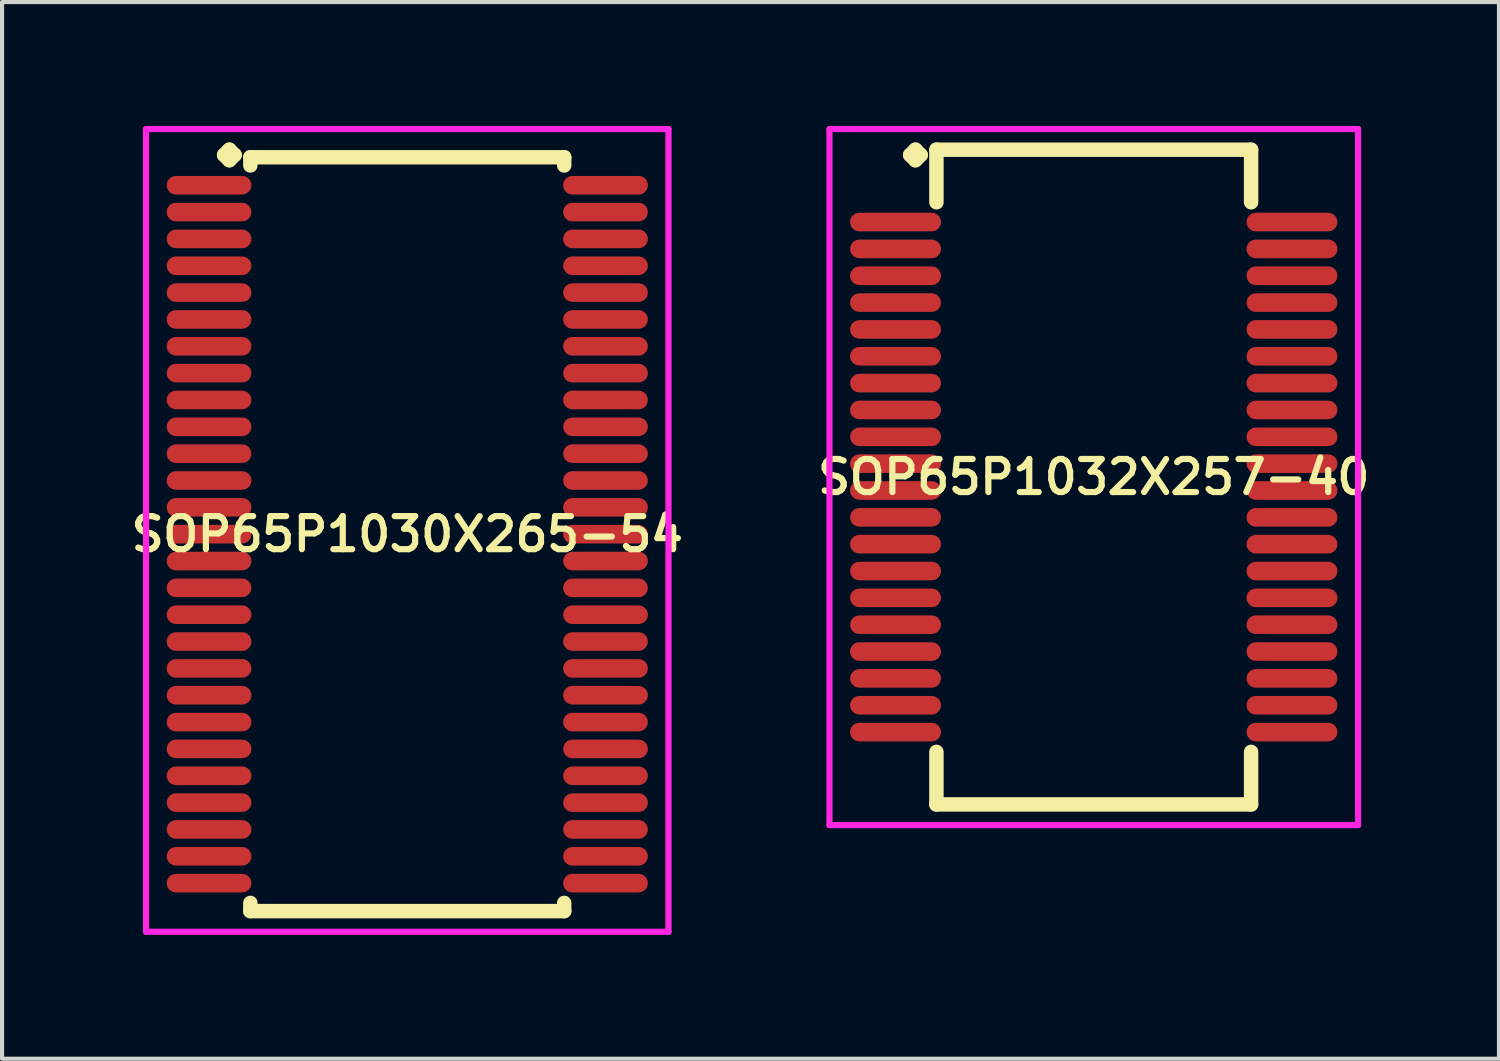
<source format=kicad_pcb>
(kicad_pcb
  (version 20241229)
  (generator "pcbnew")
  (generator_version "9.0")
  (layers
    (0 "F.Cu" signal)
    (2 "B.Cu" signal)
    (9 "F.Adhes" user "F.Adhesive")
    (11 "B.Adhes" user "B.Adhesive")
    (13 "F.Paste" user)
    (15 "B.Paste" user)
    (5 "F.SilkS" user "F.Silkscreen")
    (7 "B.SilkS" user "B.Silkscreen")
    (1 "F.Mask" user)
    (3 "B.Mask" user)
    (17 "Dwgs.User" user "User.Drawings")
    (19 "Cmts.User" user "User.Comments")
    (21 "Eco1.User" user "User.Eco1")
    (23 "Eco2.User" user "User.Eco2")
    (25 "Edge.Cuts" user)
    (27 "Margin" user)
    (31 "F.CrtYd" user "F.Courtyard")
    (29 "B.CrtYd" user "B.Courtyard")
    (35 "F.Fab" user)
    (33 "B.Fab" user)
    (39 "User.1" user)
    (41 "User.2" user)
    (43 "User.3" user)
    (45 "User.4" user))
  (footprint "SOP65P1032X257-40"
    (layer "F.Cu")
    (at 23.435 8.502)
    (property "Reference" "SOP65P1032X257-40" (at 0 0 0) (layer "F.SilkS") (effects (font (size 0.8 0.8) (thickness 0.15))))
    (attr smd)
    (fp_line (start -4.445 -7.8) (end -4.318 -7.927) (stroke (width 0.35) (type solid)) (layer "F.SilkS"))
    (fp_line (start -4.318 -7.927) (end -4.191 -7.8) (stroke (width 0.35) (type solid)) (layer "F.SilkS"))
    (fp_line (start -4.318 -7.673) (end -4.445 -7.8) (stroke (width 0.35) (type solid)) (layer "F.SilkS"))
    (fp_line (start -4.191 -7.8) (end -4.318 -7.673) (stroke (width 0.35) (type solid)) (layer "F.SilkS"))
    (fp_line (start -3.81 -7.927) (end 3.81 -7.927) (stroke (width 0.35) (type solid)) (layer "F.SilkS"))
    (fp_line (start -3.81 -6.654) (end -3.81 -7.927) (stroke (width 0.35) (type solid)) (layer "F.SilkS"))
    (fp_line (start -3.81 6.654) (end -3.81 7.927) (stroke (width 0.35) (type solid)) (layer "F.SilkS"))
    (fp_line (start -3.81 7.927) (end 3.81 7.927) (stroke (width 0.35) (type solid)) (layer "F.SilkS"))
    (fp_line (start 3.81 -7.927) (end 3.81 -6.654) (stroke (width 0.35) (type solid)) (layer "F.SilkS"))
    (fp_line (start 3.81 7.927) (end 3.81 6.654) (stroke (width 0.35) (type solid)) (layer "F.SilkS"))
    (fp_line (start -6.4 -8.427) (end 6.4 -8.427) (stroke (width 0.15) (type solid)) (layer "F.CrtYd"))
    (fp_line (start -6.4 8.427) (end -6.4 -8.427) (stroke (width 0.15) (type solid)) (layer "F.CrtYd"))
    (fp_line (start 6.4 -8.427) (end 6.4 8.427) (stroke (width 0.15) (type solid)) (layer "F.CrtYd"))
    (fp_line (start 6.4 8.427) (end -6.4 8.427) (stroke (width 0.15) (type solid)) (layer "F.CrtYd"))
    (pad "1" smd oval (at -4.8 -6.175) (size 2.2 0.45) (layers "F.Cu" "F.Mask" "F.Paste"))
    (pad "2" smd oval (at -4.8 -5.525) (size 2.2 0.45) (layers "F.Cu" "F.Mask" "F.Paste"))
    (pad "3" smd oval (at -4.8 -4.875) (size 2.2 0.45) (layers "F.Cu" "F.Mask" "F.Paste"))
    (pad "4" smd oval (at -4.8 -4.225) (size 2.2 0.45) (layers "F.Cu" "F.Mask" "F.Paste"))
    (pad "5" smd oval (at -4.8 -3.575) (size 2.2 0.45) (layers "F.Cu" "F.Mask" "F.Paste"))
    (pad "6" smd oval (at -4.8 -2.925) (size 2.2 0.45) (layers "F.Cu" "F.Mask" "F.Paste"))
    (pad "7" smd oval (at -4.8 -2.275) (size 2.2 0.45) (layers "F.Cu" "F.Mask" "F.Paste"))
    (pad "8" smd oval (at -4.8 -1.625) (size 2.2 0.45) (layers "F.Cu" "F.Mask" "F.Paste"))
    (pad "9" smd oval (at -4.8 -0.975) (size 2.2 0.45) (layers "F.Cu" "F.Mask" "F.Paste"))
    (pad "10" smd oval (at -4.8 -0.325) (size 2.2 0.45) (layers "F.Cu" "F.Mask" "F.Paste"))
    (pad "11" smd oval (at -4.8 0.325) (size 2.2 0.45) (layers "F.Cu" "F.Mask" "F.Paste"))
    (pad "12" smd oval (at -4.8 0.975) (size 2.2 0.45) (layers "F.Cu" "F.Mask" "F.Paste"))
    (pad "13" smd oval (at -4.8 1.625) (size 2.2 0.45) (layers "F.Cu" "F.Mask" "F.Paste"))
    (pad "14" smd oval (at -4.8 2.275) (size 2.2 0.45) (layers "F.Cu" "F.Mask" "F.Paste"))
    (pad "15" smd oval (at -4.8 2.925) (size 2.2 0.45) (layers "F.Cu" "F.Mask" "F.Paste"))
    (pad "16" smd oval (at -4.8 3.575) (size 2.2 0.45) (layers "F.Cu" "F.Mask" "F.Paste"))
    (pad "17" smd oval (at -4.8 4.225) (size 2.2 0.45) (layers "F.Cu" "F.Mask" "F.Paste"))
    (pad "18" smd oval (at -4.8 4.875) (size 2.2 0.45) (layers "F.Cu" "F.Mask" "F.Paste"))
    (pad "19" smd oval (at -4.8 5.525) (size 2.2 0.45) (layers "F.Cu" "F.Mask" "F.Paste"))
    (pad "20" smd oval (at -4.8 6.175) (size 2.2 0.45) (layers "F.Cu" "F.Mask" "F.Paste"))
    (pad "21" smd oval (at 4.8 6.175) (size 2.2 0.45) (layers "F.Cu" "F.Mask" "F.Paste"))
    (pad "22" smd oval (at 4.8 5.525) (size 2.2 0.45) (layers "F.Cu" "F.Mask" "F.Paste"))
    (pad "23" smd oval (at 4.8 4.875) (size 2.2 0.45) (layers "F.Cu" "F.Mask" "F.Paste"))
    (pad "24" smd oval (at 4.8 4.225) (size 2.2 0.45) (layers "F.Cu" "F.Mask" "F.Paste"))
    (pad "25" smd oval (at 4.8 3.575) (size 2.2 0.45) (layers "F.Cu" "F.Mask" "F.Paste"))
    (pad "26" smd oval (at 4.8 2.925) (size 2.2 0.45) (layers "F.Cu" "F.Mask" "F.Paste"))
    (pad "27" smd oval (at 4.8 2.275) (size 2.2 0.45) (layers "F.Cu" "F.Mask" "F.Paste"))
    (pad "28" smd oval (at 4.8 1.625) (size 2.2 0.45) (layers "F.Cu" "F.Mask" "F.Paste"))
    (pad "29" smd oval (at 4.8 0.975) (size 2.2 0.45) (layers "F.Cu" "F.Mask" "F.Paste"))
    (pad "30" smd oval (at 4.8 0.325) (size 2.2 0.45) (layers "F.Cu" "F.Mask" "F.Paste"))
    (pad "31" smd oval (at 4.8 -0.325) (size 2.2 0.45) (layers "F.Cu" "F.Mask" "F.Paste"))
    (pad "32" smd oval (at 4.8 -0.975) (size 2.2 0.45) (layers "F.Cu" "F.Mask" "F.Paste"))
    (pad "33" smd oval (at 4.8 -1.625) (size 2.2 0.45) (layers "F.Cu" "F.Mask" "F.Paste"))
    (pad "34" smd oval (at 4.8 -2.275) (size 2.2 0.45) (layers "F.Cu" "F.Mask" "F.Paste"))
    (pad "35" smd oval (at 4.8 -2.925) (size 2.2 0.45) (layers "F.Cu" "F.Mask" "F.Paste"))
    (pad "36" smd oval (at 4.8 -3.575) (size 2.2 0.45) (layers "F.Cu" "F.Mask" "F.Paste"))
    (pad "37" smd oval (at 4.8 -4.225) (size 2.2 0.45) (layers "F.Cu" "F.Mask" "F.Paste"))
    (pad "38" smd oval (at 4.8 -4.875) (size 2.2 0.45) (layers "F.Cu" "F.Mask" "F.Paste"))
    (pad "39" smd oval (at 4.8 -5.525) (size 2.2 0.45) (layers "F.Cu" "F.Mask" "F.Paste"))
    (pad "40" smd oval (at 4.8 -6.175) (size 2.2 0.45) (layers "F.Cu" "F.Mask" "F.Paste")))
  (footprint "SOP65P1030X265-54"
    (layer "F.Cu")
    (at 6.812 9.885)
    (property "Reference" "SOP65P1030X265-54" (at 0 0 0) (layer "F.SilkS") (effects (font (size 0.8 0.8) (thickness 0.15))))
    (attr smd)
    (fp_line (start -4.435 -9.183) (end -4.308 -9.31) (stroke (width 0.35) (type solid)) (layer "F.SilkS"))
    (fp_line (start -4.308 -9.31) (end -4.181 -9.183) (stroke (width 0.35) (type solid)) (layer "F.SilkS"))
    (fp_line (start -4.308 -9.056) (end -4.435 -9.183) (stroke (width 0.35) (type solid)) (layer "F.SilkS"))
    (fp_line (start -4.181 -9.183) (end -4.308 -9.056) (stroke (width 0.35) (type solid)) (layer "F.SilkS"))
    (fp_line (start -3.8 -9.127) (end 3.8 -9.127) (stroke (width 0.35) (type solid)) (layer "F.SilkS"))
    (fp_line (start -3.8 -8.929) (end -3.8 -9.127) (stroke (width 0.35) (type solid)) (layer "F.SilkS"))
    (fp_line (start -3.8 8.929) (end -3.8 9.127) (stroke (width 0.35) (type solid)) (layer "F.SilkS"))
    (fp_line (start -3.8 9.127) (end 3.8 9.127) (stroke (width 0.35) (type solid)) (layer "F.SilkS"))
    (fp_line (start 3.8 -9.127) (end 3.8 -8.929) (stroke (width 0.35) (type solid)) (layer "F.SilkS"))
    (fp_line (start 3.8 9.127) (end 3.8 8.929) (stroke (width 0.35) (type solid)) (layer "F.SilkS"))
    (fp_line (start -6.325 -9.81) (end 6.325 -9.81) (stroke (width 0.15) (type solid)) (layer "F.CrtYd"))
    (fp_line (start -6.325 9.627) (end -6.325 -9.81) (stroke (width 0.15) (type solid)) (layer "F.CrtYd"))
    (fp_line (start 6.325 -9.81) (end 6.325 9.627) (stroke (width 0.15) (type solid)) (layer "F.CrtYd"))
    (fp_line (start 6.325 9.627) (end -6.325 9.627) (stroke (width 0.15) (type solid)) (layer "F.CrtYd"))
    (pad "1" smd oval (at -4.8 -8.45) (size 2.05 0.45) (layers "F.Cu" "F.Mask" "F.Paste"))
    (pad "2" smd oval (at -4.8 -7.8) (size 2.05 0.45) (layers "F.Cu" "F.Mask" "F.Paste"))
    (pad "3" smd oval (at -4.8 -7.15) (size 2.05 0.45) (layers "F.Cu" "F.Mask" "F.Paste"))
    (pad "4" smd oval (at -4.8 -6.5) (size 2.05 0.45) (layers "F.Cu" "F.Mask" "F.Paste"))
    (pad "5" smd oval (at -4.8 -5.85) (size 2.05 0.45) (layers "F.Cu" "F.Mask" "F.Paste"))
    (pad "6" smd oval (at -4.8 -5.2) (size 2.05 0.45) (layers "F.Cu" "F.Mask" "F.Paste"))
    (pad "7" smd oval (at -4.8 -4.55) (size 2.05 0.45) (layers "F.Cu" "F.Mask" "F.Paste"))
    (pad "8" smd oval (at -4.8 -3.9) (size 2.05 0.45) (layers "F.Cu" "F.Mask" "F.Paste"))
    (pad "9" smd oval (at -4.8 -3.25) (size 2.05 0.45) (layers "F.Cu" "F.Mask" "F.Paste"))
    (pad "10" smd oval (at -4.8 -2.6) (size 2.05 0.45) (layers "F.Cu" "F.Mask" "F.Paste"))
    (pad "11" smd oval (at -4.8 -1.95) (size 2.05 0.45) (layers "F.Cu" "F.Mask" "F.Paste"))
    (pad "12" smd oval (at -4.8 -1.3) (size 2.05 0.45) (layers "F.Cu" "F.Mask" "F.Paste"))
    (pad "13" smd oval (at -4.8 -0.65) (size 2.05 0.45) (layers "F.Cu" "F.Mask" "F.Paste"))
    (pad "14" smd oval (at -4.8 0) (size 2.05 0.45) (layers "F.Cu" "F.Mask" "F.Paste"))
    (pad "15" smd oval (at -4.8 0.65) (size 2.05 0.45) (layers "F.Cu" "F.Mask" "F.Paste"))
    (pad "16" smd oval (at -4.8 1.3) (size 2.05 0.45) (layers "F.Cu" "F.Mask" "F.Paste"))
    (pad "17" smd oval (at -4.8 1.95) (size 2.05 0.45) (layers "F.Cu" "F.Mask" "F.Paste"))
    (pad "18" smd oval (at -4.8 2.6) (size 2.05 0.45) (layers "F.Cu" "F.Mask" "F.Paste"))
    (pad "19" smd oval (at -4.8 3.25) (size 2.05 0.45) (layers "F.Cu" "F.Mask" "F.Paste"))
    (pad "20" smd oval (at -4.8 3.9) (size 2.05 0.45) (layers "F.Cu" "F.Mask" "F.Paste"))
    (pad "21" smd oval (at -4.8 4.55) (size 2.05 0.45) (layers "F.Cu" "F.Mask" "F.Paste"))
    (pad "22" smd oval (at -4.8 5.2) (size 2.05 0.45) (layers "F.Cu" "F.Mask" "F.Paste"))
    (pad "23" smd oval (at -4.8 5.85) (size 2.05 0.45) (layers "F.Cu" "F.Mask" "F.Paste"))
    (pad "24" smd oval (at -4.8 6.5) (size 2.05 0.45) (layers "F.Cu" "F.Mask" "F.Paste"))
    (pad "25" smd oval (at -4.8 7.15) (size 2.05 0.45) (layers "F.Cu" "F.Mask" "F.Paste"))
    (pad "26" smd oval (at -4.8 7.8) (size 2.05 0.45) (layers "F.Cu" "F.Mask" "F.Paste"))
    (pad "27" smd oval (at -4.8 8.45) (size 2.05 0.45) (layers "F.Cu" "F.Mask" "F.Paste"))
    (pad "28" smd oval (at 4.8 8.45) (size 2.05 0.45) (layers "F.Cu" "F.Mask" "F.Paste"))
    (pad "29" smd oval (at 4.8 7.8) (size 2.05 0.45) (layers "F.Cu" "F.Mask" "F.Paste"))
    (pad "30" smd oval (at 4.8 7.15) (size 2.05 0.45) (layers "F.Cu" "F.Mask" "F.Paste"))
    (pad "31" smd oval (at 4.8 6.5) (size 2.05 0.45) (layers "F.Cu" "F.Mask" "F.Paste"))
    (pad "32" smd oval (at 4.8 5.85) (size 2.05 0.45) (layers "F.Cu" "F.Mask" "F.Paste"))
    (pad "33" smd oval (at 4.8 5.2) (size 2.05 0.45) (layers "F.Cu" "F.Mask" "F.Paste"))
    (pad "34" smd oval (at 4.8 4.55) (size 2.05 0.45) (layers "F.Cu" "F.Mask" "F.Paste"))
    (pad "35" smd oval (at 4.8 3.9) (size 2.05 0.45) (layers "F.Cu" "F.Mask" "F.Paste"))
    (pad "36" smd oval (at 4.8 3.25) (size 2.05 0.45) (layers "F.Cu" "F.Mask" "F.Paste"))
    (pad "37" smd oval (at 4.8 2.6) (size 2.05 0.45) (layers "F.Cu" "F.Mask" "F.Paste"))
    (pad "38" smd oval (at 4.8 1.95) (size 2.05 0.45) (layers "F.Cu" "F.Mask" "F.Paste"))
    (pad "39" smd oval (at 4.8 1.3) (size 2.05 0.45) (layers "F.Cu" "F.Mask" "F.Paste"))
    (pad "40" smd oval (at 4.8 0.65) (size 2.05 0.45) (layers "F.Cu" "F.Mask" "F.Paste"))
    (pad "41" smd oval (at 4.8 0) (size 2.05 0.45) (layers "F.Cu" "F.Mask" "F.Paste"))
    (pad "42" smd oval (at 4.8 -0.65) (size 2.05 0.45) (layers "F.Cu" "F.Mask" "F.Paste"))
    (pad "43" smd oval (at 4.8 -1.3) (size 2.05 0.45) (layers "F.Cu" "F.Mask" "F.Paste"))
    (pad "44" smd oval (at 4.8 -1.95) (size 2.05 0.45) (layers "F.Cu" "F.Mask" "F.Paste"))
    (pad "45" smd oval (at 4.8 -2.6) (size 2.05 0.45) (layers "F.Cu" "F.Mask" "F.Paste"))
    (pad "46" smd oval (at 4.8 -3.25) (size 2.05 0.45) (layers "F.Cu" "F.Mask" "F.Paste"))
    (pad "47" smd oval (at 4.8 -3.9) (size 2.05 0.45) (layers "F.Cu" "F.Mask" "F.Paste"))
    (pad "48" smd oval (at 4.8 -4.55) (size 2.05 0.45) (layers "F.Cu" "F.Mask" "F.Paste"))
    (pad "49" smd oval (at 4.8 -5.2) (size 2.05 0.45) (layers "F.Cu" "F.Mask" "F.Paste"))
    (pad "50" smd oval (at 4.8 -5.85) (size 2.05 0.45) (layers "F.Cu" "F.Mask" "F.Paste"))
    (pad "51" smd oval (at 4.8 -6.5) (size 2.05 0.45) (layers "F.Cu" "F.Mask" "F.Paste"))
    (pad "52" smd oval (at 4.8 -7.15) (size 2.05 0.45) (layers "F.Cu" "F.Mask" "F.Paste"))
    (pad "53" smd oval (at 4.8 -7.8) (size 2.05 0.45) (layers "F.Cu" "F.Mask" "F.Paste"))
    (pad "54" smd oval (at 4.8 -8.45) (size 2.05 0.45) (layers "F.Cu" "F.Mask" "F.Paste")))
  (gr_rect
    (start -3 -3)
    (end 33.247 22.587)
    (stroke (width 0.1) (type default))
    (fill no)
    (layer "Edge.Cuts")))
</source>
